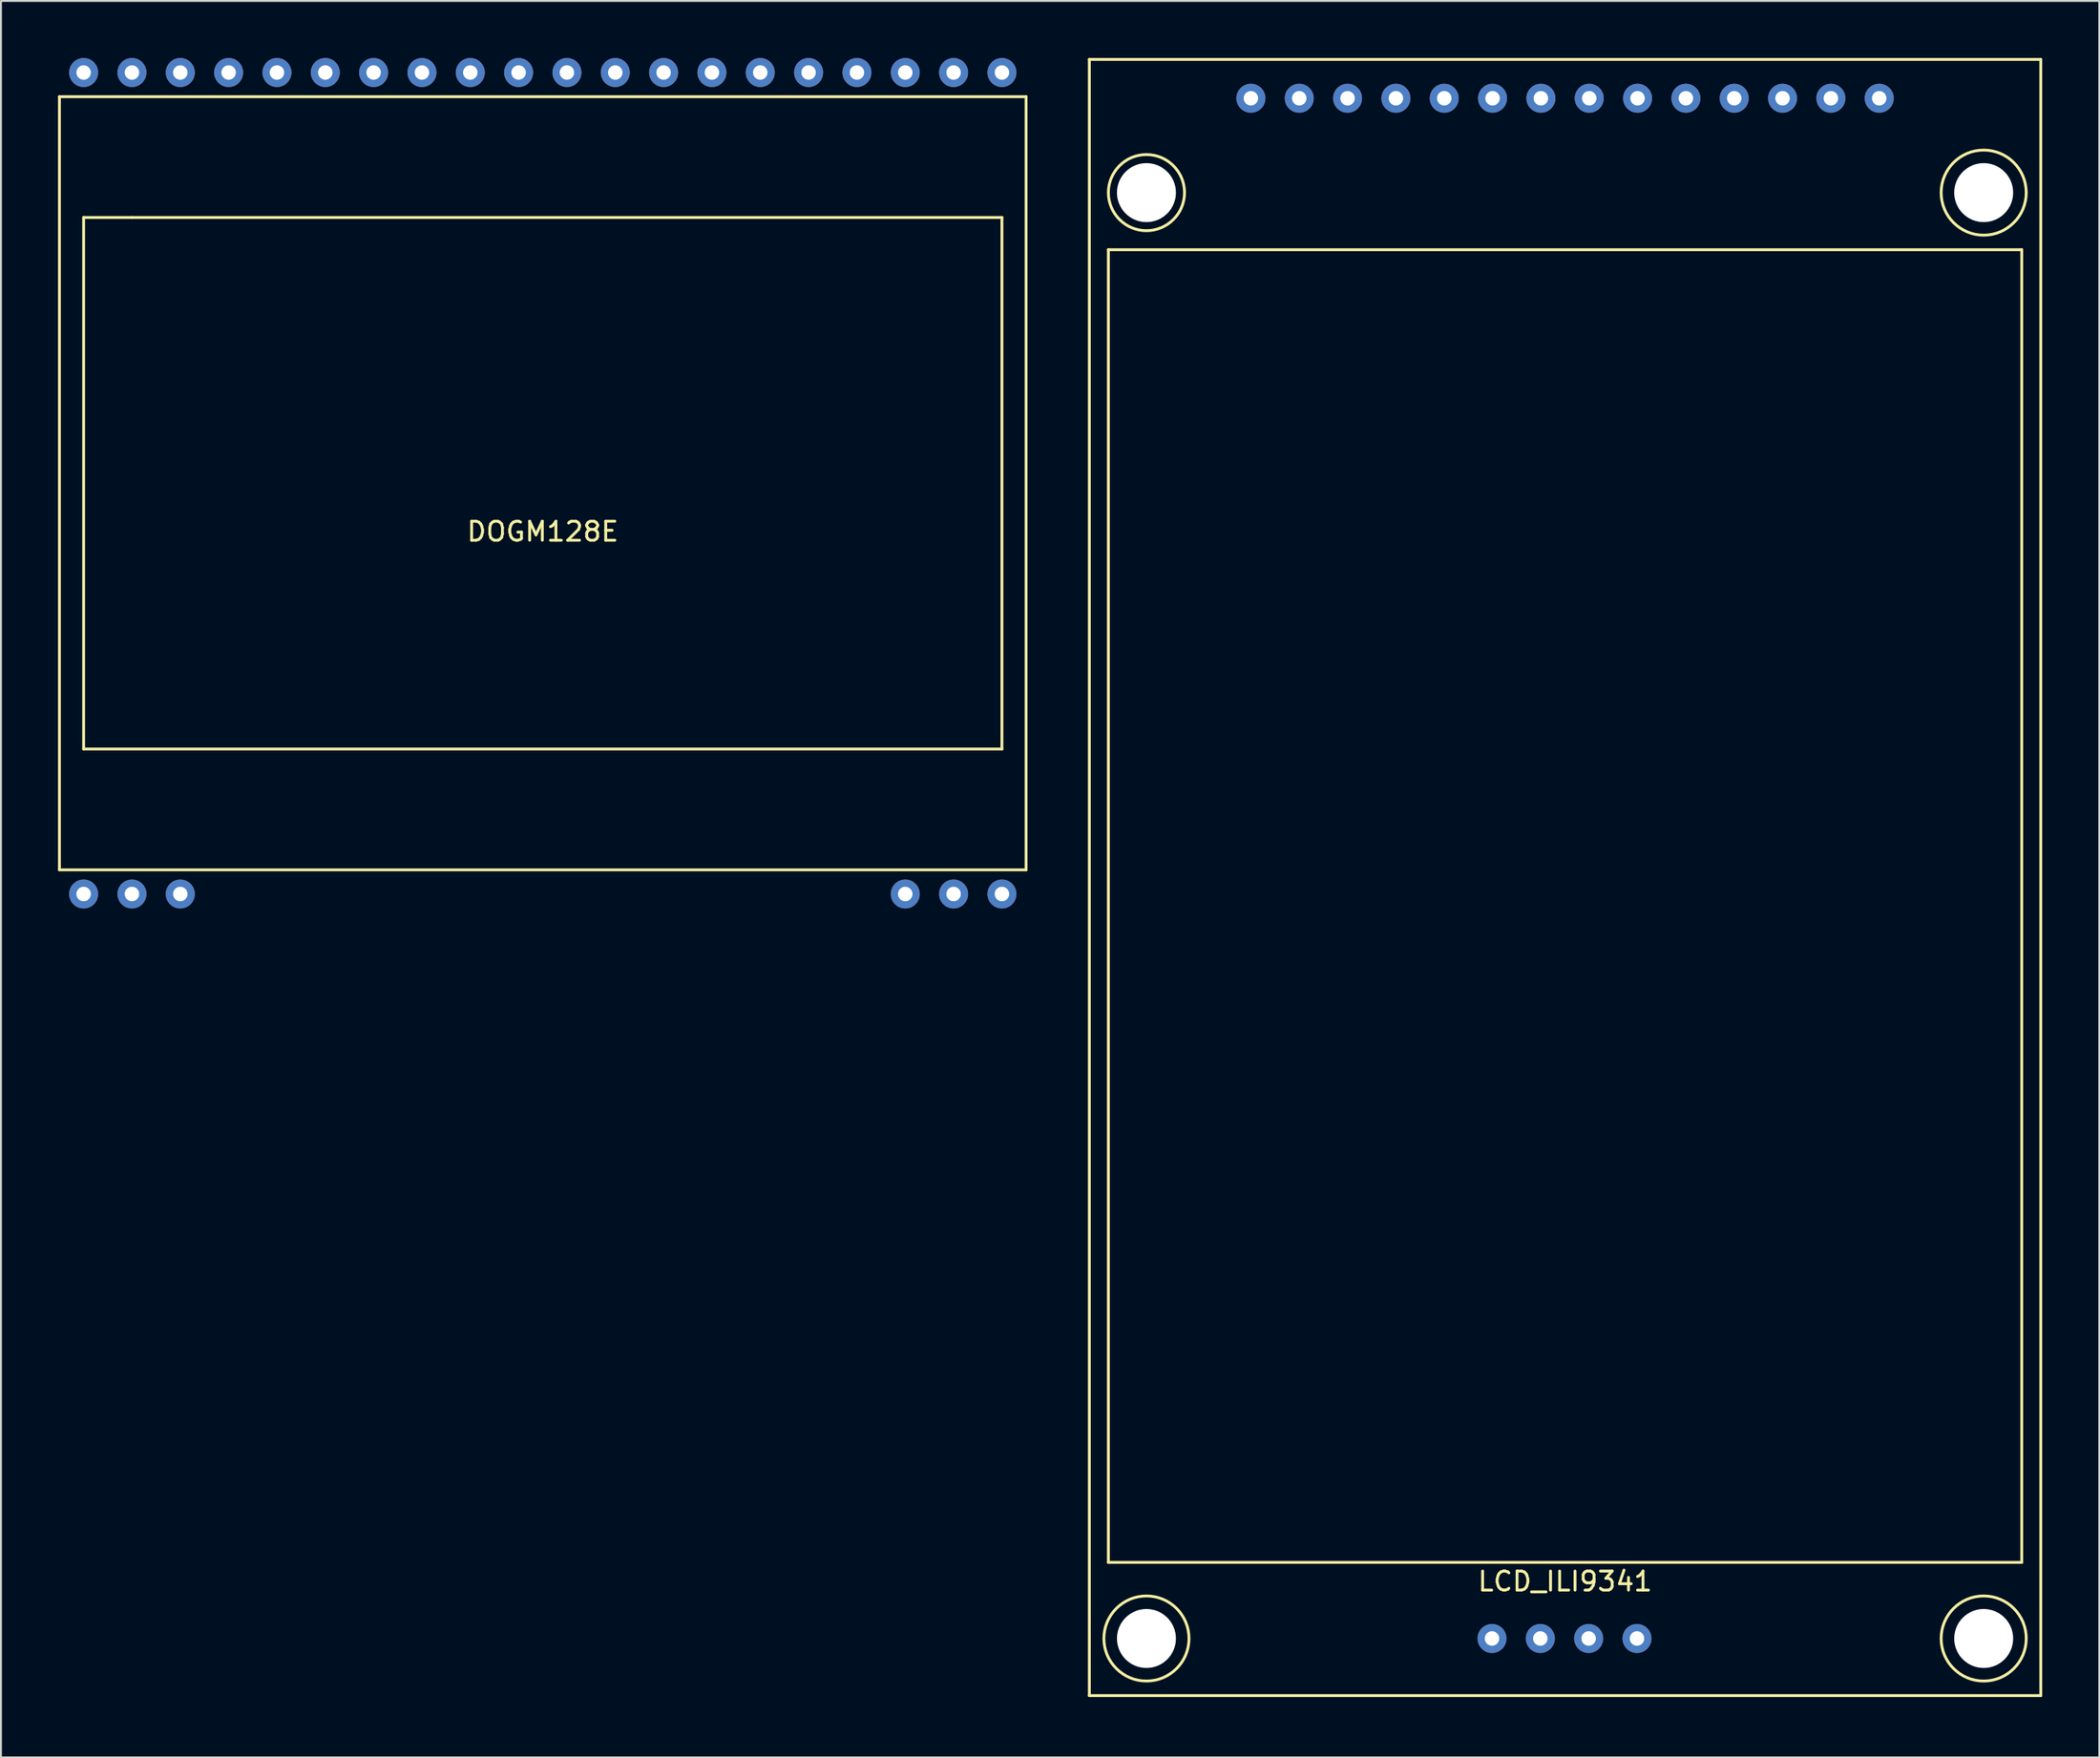
<source format=kicad_pcb>
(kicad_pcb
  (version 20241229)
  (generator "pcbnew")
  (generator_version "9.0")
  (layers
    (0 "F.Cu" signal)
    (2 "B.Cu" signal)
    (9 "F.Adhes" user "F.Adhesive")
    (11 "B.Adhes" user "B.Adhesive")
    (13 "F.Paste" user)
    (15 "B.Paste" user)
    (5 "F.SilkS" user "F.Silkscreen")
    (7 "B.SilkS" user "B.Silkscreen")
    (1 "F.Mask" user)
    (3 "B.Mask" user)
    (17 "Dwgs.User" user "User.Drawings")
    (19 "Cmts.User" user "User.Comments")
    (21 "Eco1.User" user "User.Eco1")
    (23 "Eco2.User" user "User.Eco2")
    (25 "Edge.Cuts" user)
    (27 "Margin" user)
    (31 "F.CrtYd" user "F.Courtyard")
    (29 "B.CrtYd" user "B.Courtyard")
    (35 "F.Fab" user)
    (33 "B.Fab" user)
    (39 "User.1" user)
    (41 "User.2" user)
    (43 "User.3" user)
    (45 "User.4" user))
  (footprint "LCD_ILI9341"
    (layer "F.Cu")
    (at 54.2 86.075)
    (property "Reference" "LCD_ILI9341" (at 25 -6 0) (layer "F.SilkS") (effects (font (size 1 1) (thickness 0.15))))
    (attr through_hole)
    (fp_line (start 0 -86) (end 50 -86) (stroke (width 0.15) (type solid)) (layer "F.SilkS"))
    (fp_line (start 0 0) (end 0 -86) (stroke (width 0.15) (type solid)) (layer "F.SilkS"))
    (fp_line (start 1 -76) (end 49 -76) (stroke (width 0.15) (type solid)) (layer "F.SilkS"))
    (fp_line (start 1 -7) (end 1 -76) (stroke (width 0.15) (type solid)) (layer "F.SilkS"))
    (fp_line (start 49 -76) (end 49 -7) (stroke (width 0.15) (type solid)) (layer "F.SilkS"))
    (fp_line (start 49 -7) (end 1 -7) (stroke (width 0.15) (type solid)) (layer "F.SilkS"))
    (fp_line (start 50 -86) (end 50 0) (stroke (width 0.15) (type solid)) (layer "F.SilkS"))
    (fp_line (start 50 0) (end 0 0) (stroke (width 0.15) (type solid)) (layer "F.SilkS"))
    (fp_circle (center 3 -79) (end 3 -81) (stroke (width 0.15) (type solid)) (fill no) (layer "F.SilkS"))
    (fp_circle (center 3 -3) (end 4 -5) (stroke (width 0.15) (type solid)) (fill no) (layer "F.SilkS"))
    (fp_circle (center 47 -79) (end 48 -81) (stroke (width 0.15) (type solid)) (fill no) (layer "F.SilkS"))
    (fp_circle (center 47 -3) (end 49 -4) (stroke (width 0.15) (type solid)) (fill no) (layer "F.SilkS"))
    (pad "" np_thru_hole circle (at 3 -79) (size 3.1 3.1) (drill 3.1) (layers "*.Cu" "*.Mask"))
    (pad "" np_thru_hole circle (at 3 -3) (size 3.1 3.1) (drill 3.1) (layers "*.Cu" "*.Mask"))
    (pad "" np_thru_hole circle (at 47 -79) (size 3.1 3.1) (drill 3.1) (layers "*.Cu" "*.Mask"))
    (pad "" np_thru_hole circle (at 47 -3) (size 3.1 3.1) (drill 3.1) (layers "*.Cu" "*.Mask"))
    (pad "1" thru_hole circle (at 8.49 -83.96) (size 1.524 1.524) (drill 0.762) (layers "*.Cu" "*.Mask"))
    (pad "2" thru_hole circle (at 11.03 -83.96) (size 1.524 1.524) (drill 0.762) (layers "*.Cu" "*.Mask"))
    (pad "3" thru_hole circle (at 13.57 -83.96) (size 1.524 1.524) (drill 0.762) (layers "*.Cu" "*.Mask"))
    (pad "4" thru_hole circle (at 16.11 -83.96) (size 1.524 1.524) (drill 0.762) (layers "*.Cu" "*.Mask"))
    (pad "5" thru_hole circle (at 18.65 -83.96) (size 1.524 1.524) (drill 0.762) (layers "*.Cu" "*.Mask"))
    (pad "6" thru_hole circle (at 21.19 -83.96) (size 1.524 1.524) (drill 0.762) (layers "*.Cu" "*.Mask"))
    (pad "7" thru_hole circle (at 23.73 -83.96) (size 1.524 1.524) (drill 0.762) (layers "*.Cu" "*.Mask"))
    (pad "8" thru_hole circle (at 26.27 -83.96) (size 1.524 1.524) (drill 0.762) (layers "*.Cu" "*.Mask"))
    (pad "9" thru_hole circle (at 28.81 -83.96) (size 1.524 1.524) (drill 0.762) (layers "*.Cu" "*.Mask"))
    (pad "10" thru_hole circle (at 31.35 -83.96) (size 1.524 1.524) (drill 0.762) (layers "*.Cu" "*.Mask"))
    (pad "11" thru_hole circle (at 33.89 -83.96) (size 1.524 1.524) (drill 0.762) (layers "*.Cu" "*.Mask"))
    (pad "12" thru_hole circle (at 36.43 -83.96) (size 1.524 1.524) (drill 0.762) (layers "*.Cu" "*.Mask"))
    (pad "13" thru_hole circle (at 38.97 -83.96) (size 1.524 1.524) (drill 0.762) (layers "*.Cu" "*.Mask"))
    (pad "14" thru_hole circle (at 41.51 -83.96) (size 1.524 1.524) (drill 0.762) (layers "*.Cu" "*.Mask"))
    (pad "15" thru_hole circle (at 21.16 -3) (size 1.524 1.524) (drill 0.762) (layers "*.Cu" "*.Mask"))
    (pad "16" thru_hole circle (at 23.7 -3) (size 1.524 1.524) (drill 0.762) (layers "*.Cu" "*.Mask"))
    (pad "17" thru_hole circle (at 26.24 -3) (size 1.524 1.524) (drill 0.762) (layers "*.Cu" "*.Mask"))
    (pad "18" thru_hole circle (at 28.78 -3) (size 1.524 1.524) (drill 0.762) (layers "*.Cu" "*.Mask")))
  (footprint "DOGM128E"
    (layer "F.Cu")
    (at 25.475 22.352)
    (property "Reference" "DOGM128E" (at 0 2.54 0) (layer "F.SilkS") (effects (font (size 1 1) (thickness 0.15))))
    (attr through_hole)
    (fp_line (start -25.4 -20.32) (end 25.4 -20.32) (stroke (width 0.15) (type solid)) (layer "F.SilkS"))
    (fp_line (start -25.4 20.32) (end -25.4 -20.32) (stroke (width 0.15) (type solid)) (layer "F.SilkS"))
    (fp_line (start -24.13 -13.97) (end -24.13 13.97) (stroke (width 0.15) (type solid)) (layer "F.SilkS"))
    (fp_line (start -24.13 13.97) (end 24.13 13.97) (stroke (width 0.15) (type solid)) (layer "F.SilkS"))
    (fp_line (start -21.59 -13.97) (end -24.13 -13.97) (stroke (width 0.15) (type solid)) (layer "F.SilkS"))
    (fp_line (start 24.13 -13.97) (end -21.59 -13.97) (stroke (width 0.15) (type solid)) (layer "F.SilkS"))
    (fp_line (start 24.13 13.97) (end 24.13 -13.97) (stroke (width 0.15) (type solid)) (layer "F.SilkS"))
    (fp_line (start 25.4 -20.32) (end 25.4 20.32) (stroke (width 0.15) (type solid)) (layer "F.SilkS"))
    (fp_line (start 25.4 20.32) (end -25.4 20.32) (stroke (width 0.15) (type solid)) (layer "F.SilkS"))
    (pad "1" thru_hole circle (at -24.13 21.59) (size 1.524 1.524) (drill 0.762) (layers "*.Cu" "*.Mask"))
    (pad "2" thru_hole circle (at -21.59 21.59) (size 1.524 1.524) (drill 0.762) (layers "*.Cu" "*.Mask"))
    (pad "3" thru_hole circle (at -19.05 21.59) (size 1.524 1.524) (drill 0.762) (layers "*.Cu" "*.Mask"))
    (pad "18" thru_hole circle (at 19.05 21.59) (size 1.524 1.524) (drill 0.762) (layers "*.Cu" "*.Mask"))
    (pad "19" thru_hole circle (at 21.59 21.59) (size 1.524 1.524) (drill 0.762) (layers "*.Cu" "*.Mask"))
    (pad "20" thru_hole circle (at 24.13 21.59) (size 1.524 1.524) (drill 0.762) (layers "*.Cu" "*.Mask"))
    (pad "21" thru_hole circle (at 24.13 -21.59) (size 1.524 1.524) (drill 0.762) (layers "*.Cu" "*.Mask"))
    (pad "22" thru_hole circle (at 21.59 -21.59) (size 1.524 1.524) (drill 0.762) (layers "*.Cu" "*.Mask"))
    (pad "23" thru_hole circle (at 19.05 -21.59) (size 1.524 1.524) (drill 0.762) (layers "*.Cu" "*.Mask"))
    (pad "24" thru_hole circle (at 16.51 -21.59) (size 1.524 1.524) (drill 0.762) (layers "*.Cu" "*.Mask"))
    (pad "25" thru_hole circle (at 13.97 -21.59) (size 1.524 1.524) (drill 0.762) (layers "*.Cu" "*.Mask"))
    (pad "26" thru_hole circle (at 11.43 -21.59) (size 1.524 1.524) (drill 0.762) (layers "*.Cu" "*.Mask"))
    (pad "27" thru_hole circle (at 8.89 -21.59) (size 1.524 1.524) (drill 0.762) (layers "*.Cu" "*.Mask"))
    (pad "28" thru_hole circle (at 6.35 -21.59) (size 1.524 1.524) (drill 0.762) (layers "*.Cu" "*.Mask"))
    (pad "29" thru_hole circle (at 3.81 -21.59) (size 1.524 1.524) (drill 0.762) (layers "*.Cu" "*.Mask"))
    (pad "30" thru_hole circle (at 1.27 -21.59) (size 1.524 1.524) (drill 0.762) (layers "*.Cu" "*.Mask"))
    (pad "31" thru_hole circle (at -1.27 -21.59) (size 1.524 1.524) (drill 0.762) (layers "*.Cu" "*.Mask"))
    (pad "32" thru_hole circle (at -3.81 -21.59) (size 1.524 1.524) (drill 0.762) (layers "*.Cu" "*.Mask"))
    (pad "33" thru_hole circle (at -6.35 -21.59) (size 1.524 1.524) (drill 0.762) (layers "*.Cu" "*.Mask"))
    (pad "34" thru_hole circle (at -8.89 -21.59) (size 1.524 1.524) (drill 0.762) (layers "*.Cu" "*.Mask"))
    (pad "35" thru_hole circle (at -11.43 -21.59) (size 1.524 1.524) (drill 0.762) (layers "*.Cu" "*.Mask"))
    (pad "36" thru_hole circle (at -13.97 -21.59) (size 1.524 1.524) (drill 0.762) (layers "*.Cu" "*.Mask"))
    (pad "37" thru_hole circle (at -16.51 -21.59) (size 1.524 1.524) (drill 0.762) (layers "*.Cu" "*.Mask"))
    (pad "38" thru_hole circle (at -19.05 -21.59) (size 1.524 1.524) (drill 0.762) (layers "*.Cu" "*.Mask"))
    (pad "39" thru_hole circle (at -21.59 -21.59) (size 1.524 1.524) (drill 0.762) (layers "*.Cu" "*.Mask"))
    (pad "40" thru_hole circle (at -24.13 -21.59) (size 1.524 1.524) (drill 0.762) (layers "*.Cu" "*.Mask")))
  (gr_rect
    (start -3 -3)
    (end 107.275 89.325)
    (stroke (width 0.1) (type default))
    (fill no)
    (layer "Edge.Cuts")))
</source>
